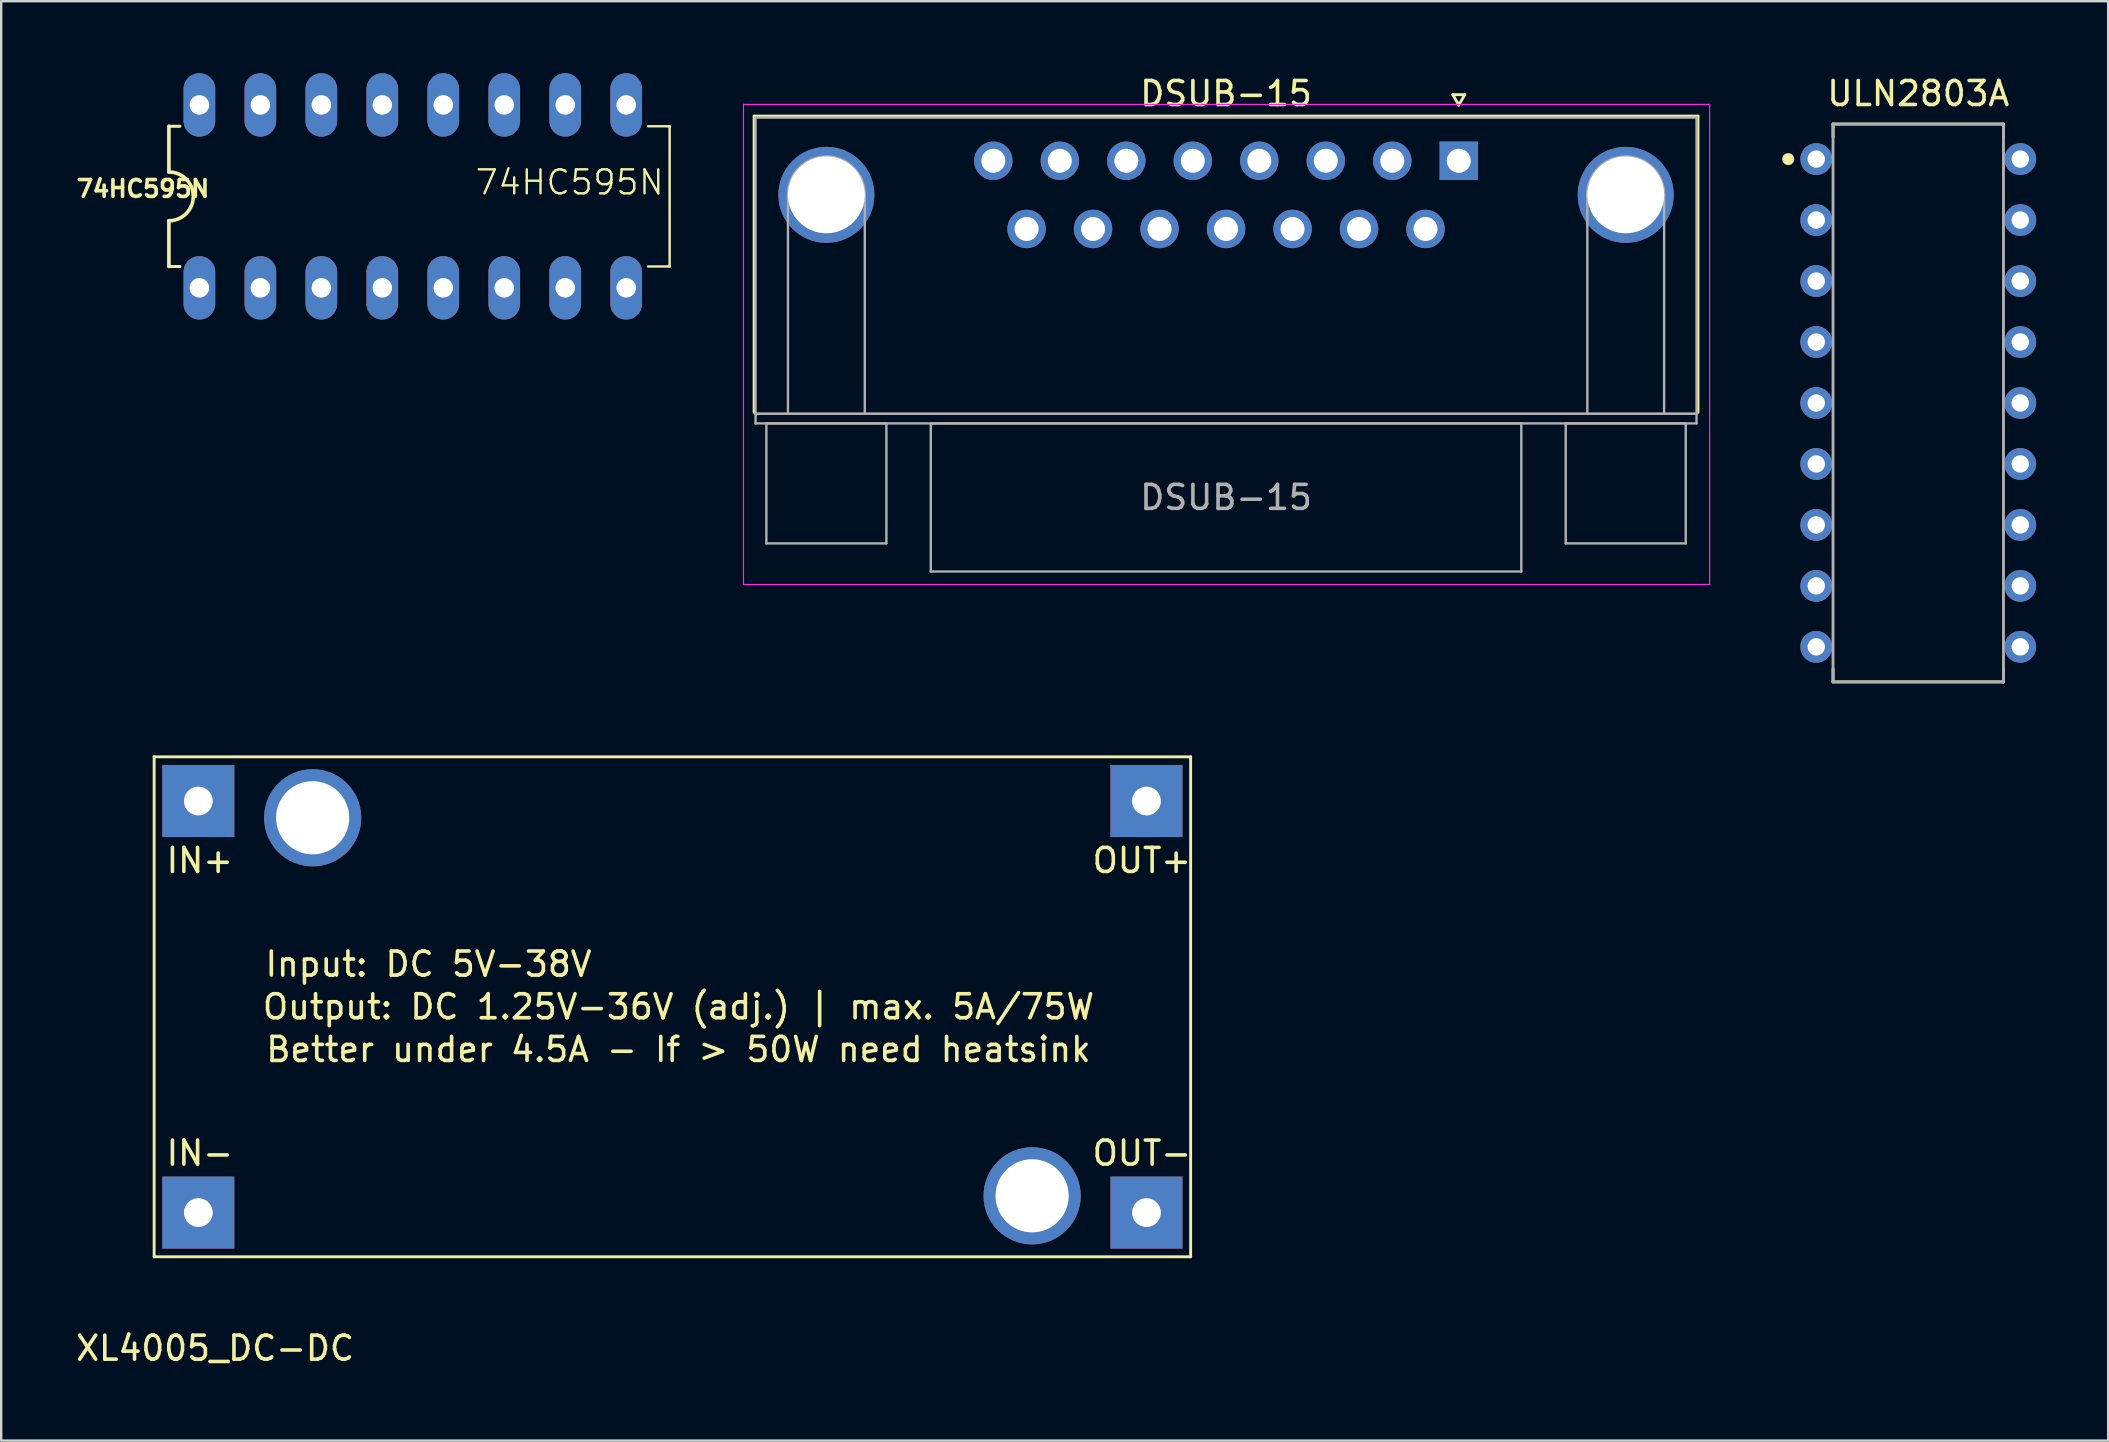
<source format=kicad_pcb>
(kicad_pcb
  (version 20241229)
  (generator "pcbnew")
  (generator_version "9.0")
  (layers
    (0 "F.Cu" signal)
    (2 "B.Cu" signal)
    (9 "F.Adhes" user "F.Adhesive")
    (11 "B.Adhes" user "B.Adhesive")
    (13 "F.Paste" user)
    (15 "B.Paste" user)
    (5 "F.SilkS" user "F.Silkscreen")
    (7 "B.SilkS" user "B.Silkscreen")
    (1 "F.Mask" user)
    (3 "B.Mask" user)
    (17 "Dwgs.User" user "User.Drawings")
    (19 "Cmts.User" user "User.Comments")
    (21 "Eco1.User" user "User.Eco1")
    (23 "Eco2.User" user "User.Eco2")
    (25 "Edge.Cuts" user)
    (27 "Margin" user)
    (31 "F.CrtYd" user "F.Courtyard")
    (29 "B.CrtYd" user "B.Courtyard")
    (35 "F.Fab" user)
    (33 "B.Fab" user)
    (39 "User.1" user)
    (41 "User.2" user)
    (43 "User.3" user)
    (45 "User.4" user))
  (footprint "ULN2803A"
    (layer "F.Cu")
    (at 76.862 13.738)
    (property "Reference" "ULN2803A" (at 0 -12.89 0) (layer "F.SilkS") (effects (font (size 1 1) (thickness 0.15))))
    (attr through_hole)
    (fp_line (start -3.55 -11.62) (end 3.55 -11.62) (stroke (width 0.12) (type solid)) (layer "F.SilkS"))
    (fp_line (start -3.55 -11.076) (end -3.55 -11.62) (stroke (width 0.12) (type solid)) (layer "F.SilkS"))
    (fp_line (start -3.55 11.076) (end -3.55 11.62) (stroke (width 0.12) (type solid)) (layer "F.SilkS"))
    (fp_line (start -3.55 11.62) (end 3.55 11.62) (stroke (width 0.12) (type solid)) (layer "F.SilkS"))
    (fp_line (start 3.55 -11.62) (end 3.55 -11.076) (stroke (width 0.12) (type solid)) (layer "F.SilkS"))
    (fp_line (start 3.55 11.62) (end 3.55 11.076) (stroke (width 0.12) (type solid)) (layer "F.SilkS"))
    (fp_circle (center -5.416 -10.16) (end -5.166 -10.16) (stroke (width 0) (type solid)) (fill yes) (layer "F.SilkS"))
    (fp_line (start -3.55 -11.62) (end 3.55 -11.62) (stroke (width 0.12) (type solid)) (layer "F.Fab"))
    (fp_line (start -3.55 11.62) (end -3.55 -11.62) (stroke (width 0.12) (type solid)) (layer "F.Fab"))
    (fp_line (start 3.55 -11.62) (end 3.55 11.62) (stroke (width 0.12) (type solid)) (layer "F.Fab"))
    (fp_line (start 3.55 11.62) (end -3.55 11.62) (stroke (width 0.12) (type solid)) (layer "F.Fab"))
    (pad "1" thru_hole circle (at -4.25 -10.16) (size 1.324 1.324) (drill 0.724) (layers "*.Cu" "*.Mask"))
    (pad "2" thru_hole circle (at -4.25 -7.62) (size 1.324 1.324) (drill 0.724) (layers "*.Cu" "*.Mask"))
    (pad "3" thru_hole circle (at -4.25 -5.08) (size 1.324 1.324) (drill 0.724) (layers "*.Cu" "*.Mask"))
    (pad "4" thru_hole circle (at -4.25 -2.54) (size 1.324 1.324) (drill 0.724) (layers "*.Cu" "*.Mask"))
    (pad "5" thru_hole circle (at -4.25 0) (size 1.324 1.324) (drill 0.724) (layers "*.Cu" "*.Mask"))
    (pad "6" thru_hole circle (at -4.25 2.54) (size 1.324 1.324) (drill 0.724) (layers "*.Cu" "*.Mask"))
    (pad "7" thru_hole circle (at -4.25 5.08) (size 1.324 1.324) (drill 0.724) (layers "*.Cu" "*.Mask"))
    (pad "8" thru_hole circle (at -4.25 7.62) (size 1.324 1.324) (drill 0.724) (layers "*.Cu" "*.Mask"))
    (pad "9" thru_hole circle (at -4.25 10.16) (size 1.324 1.324) (drill 0.724) (layers "*.Cu" "*.Mask"))
    (pad "10" thru_hole circle (at 4.25 10.16) (size 1.324 1.324) (drill 0.724) (layers "*.Cu" "*.Mask"))
    (pad "11" thru_hole circle (at 4.25 7.62) (size 1.324 1.324) (drill 0.724) (layers "*.Cu" "*.Mask"))
    (pad "12" thru_hole circle (at 4.25 5.08) (size 1.324 1.324) (drill 0.724) (layers "*.Cu" "*.Mask"))
    (pad "13" thru_hole circle (at 4.25 2.54) (size 1.324 1.324) (drill 0.724) (layers "*.Cu" "*.Mask"))
    (pad "14" thru_hole circle (at 4.25 0) (size 1.324 1.324) (drill 0.724) (layers "*.Cu" "*.Mask"))
    (pad "15" thru_hole circle (at 4.25 -2.54) (size 1.324 1.324) (drill 0.724) (layers "*.Cu" "*.Mask"))
    (pad "16" thru_hole circle (at 4.25 -5.08) (size 1.324 1.324) (drill 0.724) (layers "*.Cu" "*.Mask"))
    (pad "17" thru_hole circle (at 4.25 -7.62) (size 1.324 1.324) (drill 0.724) (layers "*.Cu" "*.Mask"))
    (pad "18" thru_hole circle (at 4.25 -10.16) (size 1.324 1.324) (drill 0.724) (layers "*.Cu" "*.Mask")))
  (footprint "DSUB-15"
    (layer "F.Cu")
    (at 57.721 3.648)
    (property "Reference" "DSUB-15" (at -9.695 -2.8 0) (layer "F.SilkS") (effects (font (size 1 1) (thickness 0.15))))
    (attr through_hole)
    (fp_line (start -29.355 -1.86) (end 9.965 -1.86) (stroke (width 0.12) (type solid)) (layer "F.SilkS"))
    (fp_line (start -29.355 10.48) (end -29.355 -1.86) (stroke (width 0.12) (type solid)) (layer "F.SilkS"))
    (fp_line (start -0.25 -2.754) (end 0.25 -2.754) (stroke (width 0.12) (type solid)) (layer "F.SilkS"))
    (fp_line (start 0 -2.321) (end -0.25 -2.754) (stroke (width 0.12) (type solid)) (layer "F.SilkS"))
    (fp_line (start 0.25 -2.754) (end 0 -2.321) (stroke (width 0.12) (type solid)) (layer "F.SilkS"))
    (fp_line (start 9.965 -1.86) (end 9.965 10.48) (stroke (width 0.12) (type solid)) (layer "F.SilkS"))
    (fp_line (start -29.8 -2.35) (end -29.8 17.65) (stroke (width 0.05) (type solid)) (layer "F.CrtYd"))
    (fp_line (start -29.8 17.65) (end 10.45 17.65) (stroke (width 0.05) (type solid)) (layer "F.CrtYd"))
    (fp_line (start 10.45 -2.35) (end -29.8 -2.35) (stroke (width 0.05) (type solid)) (layer "F.CrtYd"))
    (fp_line (start 10.45 17.65) (end 10.45 -2.35) (stroke (width 0.05) (type solid)) (layer "F.CrtYd"))
    (fp_line (start -29.295 -1.8) (end -29.295 10.54) (stroke (width 0.1) (type solid)) (layer "F.Fab"))
    (fp_line (start -29.295 10.54) (end -29.295 10.94) (stroke (width 0.1) (type solid)) (layer "F.Fab"))
    (fp_line (start -29.295 10.54) (end 9.905 10.54) (stroke (width 0.1) (type solid)) (layer "F.Fab"))
    (fp_line (start -29.295 10.94) (end 9.905 10.94) (stroke (width 0.1) (type solid)) (layer "F.Fab"))
    (fp_line (start -28.845 10.94) (end -28.845 15.94) (stroke (width 0.1) (type solid)) (layer "F.Fab"))
    (fp_line (start -28.845 15.94) (end -23.845 15.94) (stroke (width 0.1) (type solid)) (layer "F.Fab"))
    (fp_line (start -27.945 10.54) (end -27.945 1.42) (stroke (width 0.1) (type solid)) (layer "F.Fab"))
    (fp_line (start -24.745 10.54) (end -24.745 1.42) (stroke (width 0.1) (type solid)) (layer "F.Fab"))
    (fp_line (start -23.845 10.94) (end -28.845 10.94) (stroke (width 0.1) (type solid)) (layer "F.Fab"))
    (fp_line (start -23.845 15.94) (end -23.845 10.94) (stroke (width 0.1) (type solid)) (layer "F.Fab"))
    (fp_line (start -21.995 10.94) (end -21.995 17.11) (stroke (width 0.1) (type solid)) (layer "F.Fab"))
    (fp_line (start -21.995 17.11) (end 2.605 17.11) (stroke (width 0.1) (type solid)) (layer "F.Fab"))
    (fp_line (start 2.605 10.94) (end -21.995 10.94) (stroke (width 0.1) (type solid)) (layer "F.Fab"))
    (fp_line (start 2.605 17.11) (end 2.605 10.94) (stroke (width 0.1) (type solid)) (layer "F.Fab"))
    (fp_line (start 4.455 10.94) (end 4.455 15.94) (stroke (width 0.1) (type solid)) (layer "F.Fab"))
    (fp_line (start 4.455 15.94) (end 9.455 15.94) (stroke (width 0.1) (type solid)) (layer "F.Fab"))
    (fp_line (start 5.355 10.54) (end 5.355 1.42) (stroke (width 0.1) (type solid)) (layer "F.Fab"))
    (fp_line (start 8.555 10.54) (end 8.555 1.42) (stroke (width 0.1) (type solid)) (layer "F.Fab"))
    (fp_line (start 9.455 10.94) (end 4.455 10.94) (stroke (width 0.1) (type solid)) (layer "F.Fab"))
    (fp_line (start 9.455 15.94) (end 9.455 10.94) (stroke (width 0.1) (type solid)) (layer "F.Fab"))
    (fp_line (start 9.905 -1.8) (end -29.295 -1.8) (stroke (width 0.1) (type solid)) (layer "F.Fab"))
    (fp_line (start 9.905 10.54) (end -29.295 10.54) (stroke (width 0.1) (type solid)) (layer "F.Fab"))
    (fp_line (start 9.905 10.54) (end 9.905 -1.8) (stroke (width 0.1) (type solid)) (layer "F.Fab"))
    (fp_line (start 9.905 10.94) (end 9.905 10.54) (stroke (width 0.1) (type solid)) (layer "F.Fab"))
    (fp_arc (start -27.945 1.42) (mid -26.345 -0.18) (end -24.745 1.42) (stroke (width 0.1) (type solid)) (layer "F.Fab"))
    (fp_arc (start 5.355 1.42) (mid 6.955 -0.18) (end 8.555 1.42) (stroke (width 0.1) (type solid)) (layer "F.Fab"))
    (fp_text user "${REFERENCE}" (at -9.695 14.025 0) (layer "F.Fab") (effects (font (size 1 1) (thickness 0.15))))
    (pad "0" thru_hole circle (at -26.345 1.42) (size 4 4) (drill 3.2) (layers "*.Cu" "*.Mask"))
    (pad "0" thru_hole circle (at 6.955 1.42) (size 4 4) (drill 3.2) (layers "*.Cu" "*.Mask"))
    (pad "1" thru_hole rect (at 0 0) (size 1.6 1.6) (drill 1) (layers "*.Cu" "*.Mask"))
    (pad "2" thru_hole circle (at -2.77 0) (size 1.6 1.6) (drill 1) (layers "*.Cu" "*.Mask"))
    (pad "3" thru_hole circle (at -5.54 0) (size 1.6 1.6) (drill 1) (layers "*.Cu" "*.Mask"))
    (pad "4" thru_hole circle (at -8.31 0) (size 1.6 1.6) (drill 1) (layers "*.Cu" "*.Mask"))
    (pad "5" thru_hole circle (at -11.08 0) (size 1.6 1.6) (drill 1) (layers "*.Cu" "*.Mask"))
    (pad "6" thru_hole circle (at -13.85 0) (size 1.6 1.6) (drill 1) (layers "*.Cu" "*.Mask"))
    (pad "7" thru_hole circle (at -16.62 0) (size 1.6 1.6) (drill 1) (layers "*.Cu" "*.Mask"))
    (pad "8" thru_hole circle (at -19.39 0) (size 1.6 1.6) (drill 1) (layers "*.Cu" "*.Mask"))
    (pad "9" thru_hole circle (at -1.385 2.84) (size 1.6 1.6) (drill 1) (layers "*.Cu" "*.Mask"))
    (pad "10" thru_hole circle (at -4.155 2.84) (size 1.6 1.6) (drill 1) (layers "*.Cu" "*.Mask"))
    (pad "11" thru_hole circle (at -6.925 2.84) (size 1.6 1.6) (drill 1) (layers "*.Cu" "*.Mask"))
    (pad "12" thru_hole circle (at -9.695 2.84) (size 1.6 1.6) (drill 1) (layers "*.Cu" "*.Mask"))
    (pad "13" thru_hole circle (at -12.465 2.84) (size 1.6 1.6) (drill 1) (layers "*.Cu" "*.Mask"))
    (pad "14" thru_hole circle (at -15.235 2.84) (size 1.6 1.6) (drill 1) (layers "*.Cu" "*.Mask"))
    (pad "15" thru_hole circle (at -18.005 2.84) (size 1.6 1.6) (drill 1) (layers "*.Cu" "*.Mask")))
  (footprint "XL4005_DC-DC"
    (layer "F.Cu")
    (at 3.371 49.306)
    (property "Reference" "XL4005_DC-DC" (at 2.54 3.81 0) (layer "F.SilkS") (effects (font (size 1 1) (thickness 0.15))))
    (attr through_hole)
    (fp_line (start 0 -20.828) (end 43.18 -20.828) (stroke (width 0.12) (type solid)) (layer "F.SilkS"))
    (fp_line (start 0 0) (end 0 -20.828) (stroke (width 0.12) (type solid)) (layer "F.SilkS"))
    (fp_line (start 43.18 -20.828) (end 43.18 0) (stroke (width 0.12) (type solid)) (layer "F.SilkS"))
    (fp_line (start 43.18 0) (end 0 0) (stroke (width 0.12) (type solid)) (layer "F.SilkS"))
    (fp_text user "OUT+" (at 41.148 -16.51 0) (layer "F.SilkS") (effects (font (size 1 1) (thickness 0.15))))
    (fp_text user "IN-" (at 1.905 -4.318 0) (layer "F.SilkS") (effects (font (size 1 1) (thickness 0.15))))
    (fp_text user "Input: DC 5V-38V" (at 11.43 -12.192 0) (layer "F.SilkS") (effects (font (size 1 1) (thickness 0.15))))
    (fp_text user "IN+" (at 1.905 -16.51 0) (layer "F.SilkS") (effects (font (size 1 1) (thickness 0.15))))
    (fp_text user "Output: DC 1.25V-36V (adj.) | max. 5A/75W" (at 21.844 -10.414 0) (layer "F.SilkS") (effects (font (size 1 1) (thickness 0.15))))
    (fp_text user "OUT-" (at 41.148 -4.318 0) (layer "F.SilkS") (effects (font (size 1 1) (thickness 0.15))))
    (fp_text user "Better under 4.5A - If > 50W need heatsink" (at 21.844 -8.636 0) (layer "F.SilkS") (effects (font (size 1 1) (thickness 0.15))))
    (pad "" thru_hole circle (at 6.604 -18.288) (size 4.048 4.048) (drill 3.048) (layers "*.Cu" "*.Mask"))
    (pad "" thru_hole circle (at 36.576 -2.54) (size 4.048 4.048) (drill 3.048) (layers "*.Cu" "*.Mask"))
    (pad "1" thru_hole rect (at 1.841 -18.986) (size 3 3) (drill 1.2) (layers "*.Cu" "*.Mask"))
    (pad "2" thru_hole rect (at 1.841 -1.841) (size 3 3) (drill 1.2) (layers "*.Cu" "*.Mask"))
    (pad "3" thru_hole rect (at 41.339 -18.986) (size 3 3) (drill 1.2) (layers "*.Cu" "*.Mask"))
    (pad "4" thru_hole rect (at 41.339 -1.841) (size 3 3) (drill 1.2) (layers "*.Cu" "*.Mask")))
  (footprint "74HC595N"
    (layer "F.Cu")
    (at 14.146 5.131)
    (property "Reference" "74HC595N" (at -11.241 -0.318 180) (layer "F.SilkS") (effects (font (size 0.7 0.7) (thickness 0.15))))
    (attr through_hole)
    (fp_line (start -10.16 -2.921) (end -10.16 -1.016) (stroke (width 0.152) (type solid)) (layer "F.SilkS"))
    (fp_line (start -10.16 -2.921) (end -9.7 -2.921) (stroke (width 0.127) (type solid)) (layer "F.SilkS"))
    (fp_line (start -10.16 2.921) (end -10.16 1.016) (stroke (width 0.152) (type solid)) (layer "F.SilkS"))
    (fp_line (start -10.16 2.921) (end -9.7 2.921) (stroke (width 0.127) (type solid)) (layer "F.SilkS"))
    (fp_line (start 9.8 -2.921) (end 10.7 -2.92) (stroke (width 0.1) (type default)) (layer "F.SilkS"))
    (fp_line (start 9.8 2.921) (end 10.7 2.921) (stroke (width 0.1) (type default)) (layer "F.SilkS"))
    (fp_line (start 10.7 -2.92) (end 10.7 2.921) (stroke (width 0.1) (type default)) (layer "F.SilkS"))
    (fp_arc (start -10.16 -1.016) (mid -9.144 0) (end -10.16 1.016) (stroke (width 0.1524) (type solid)) (layer "F.SilkS"))
    (fp_text user "74HC595N" (at 2.54 0 0) (unlocked yes) (layer "F.SilkS") (effects (font (size 1 1) (thickness 0.1)) (justify left bottom)))
    (pad "1" thru_hole oval (at -8.89 3.81) (size 1.321 2.642) (drill 0.813) (layers "*.Cu" "*.Mask"))
    (pad "2" thru_hole oval (at -6.35 3.81) (size 1.321 2.642) (drill 0.813) (layers "*.Cu" "*.Mask"))
    (pad "3" thru_hole oval (at -3.81 3.81) (size 1.321 2.642) (drill 0.813) (layers "*.Cu" "*.Mask"))
    (pad "4" thru_hole oval (at -1.27 3.81) (size 1.321 2.642) (drill 0.813) (layers "*.Cu" "*.Mask"))
    (pad "5" thru_hole oval (at 1.27 3.81) (size 1.321 2.642) (drill 0.813) (layers "*.Cu" "*.Mask"))
    (pad "6" thru_hole oval (at 3.81 3.81) (size 1.321 2.642) (drill 0.813) (layers "*.Cu" "*.Mask"))
    (pad "7" thru_hole oval (at 6.35 3.81) (size 1.321 2.642) (drill 0.813) (layers "*.Cu" "*.Mask"))
    (pad "8" thru_hole oval (at 8.89 3.81) (size 1.321 2.642) (drill 0.813) (layers "*.Cu" "*.Mask"))
    (pad "9" thru_hole oval (at 8.89 -3.81) (size 1.321 2.642) (drill 0.813) (layers "*.Cu" "*.Mask"))
    (pad "10" thru_hole oval (at 6.35 -3.81) (size 1.321 2.642) (drill 0.813) (layers "*.Cu" "*.Mask"))
    (pad "11" thru_hole oval (at 3.81 -3.81) (size 1.321 2.642) (drill 0.813) (layers "*.Cu" "*.Mask"))
    (pad "12" thru_hole oval (at 1.27 -3.81) (size 1.321 2.642) (drill 0.813) (layers "*.Cu" "*.Mask"))
    (pad "13" thru_hole oval (at -1.27 -3.81) (size 1.321 2.642) (drill 0.813) (layers "*.Cu" "*.Mask"))
    (pad "14" thru_hole oval (at -3.81 -3.81) (size 1.321 2.642) (drill 0.813) (layers "*.Cu" "*.Mask"))
    (pad "15" thru_hole oval (at -6.35 -3.81) (size 1.321 2.642) (drill 0.813) (layers "*.Cu" "*.Mask"))
    (pad "16" thru_hole oval (at -8.89 -3.81) (size 1.321 2.642) (drill 0.813) (layers "*.Cu" "*.Mask")))
  (gr_rect
    (start -3 -3)
    (end 84.774 56.965)
    (stroke (width 0.1) (type default))
    (fill no)
    (layer "Edge.Cuts")))
</source>
